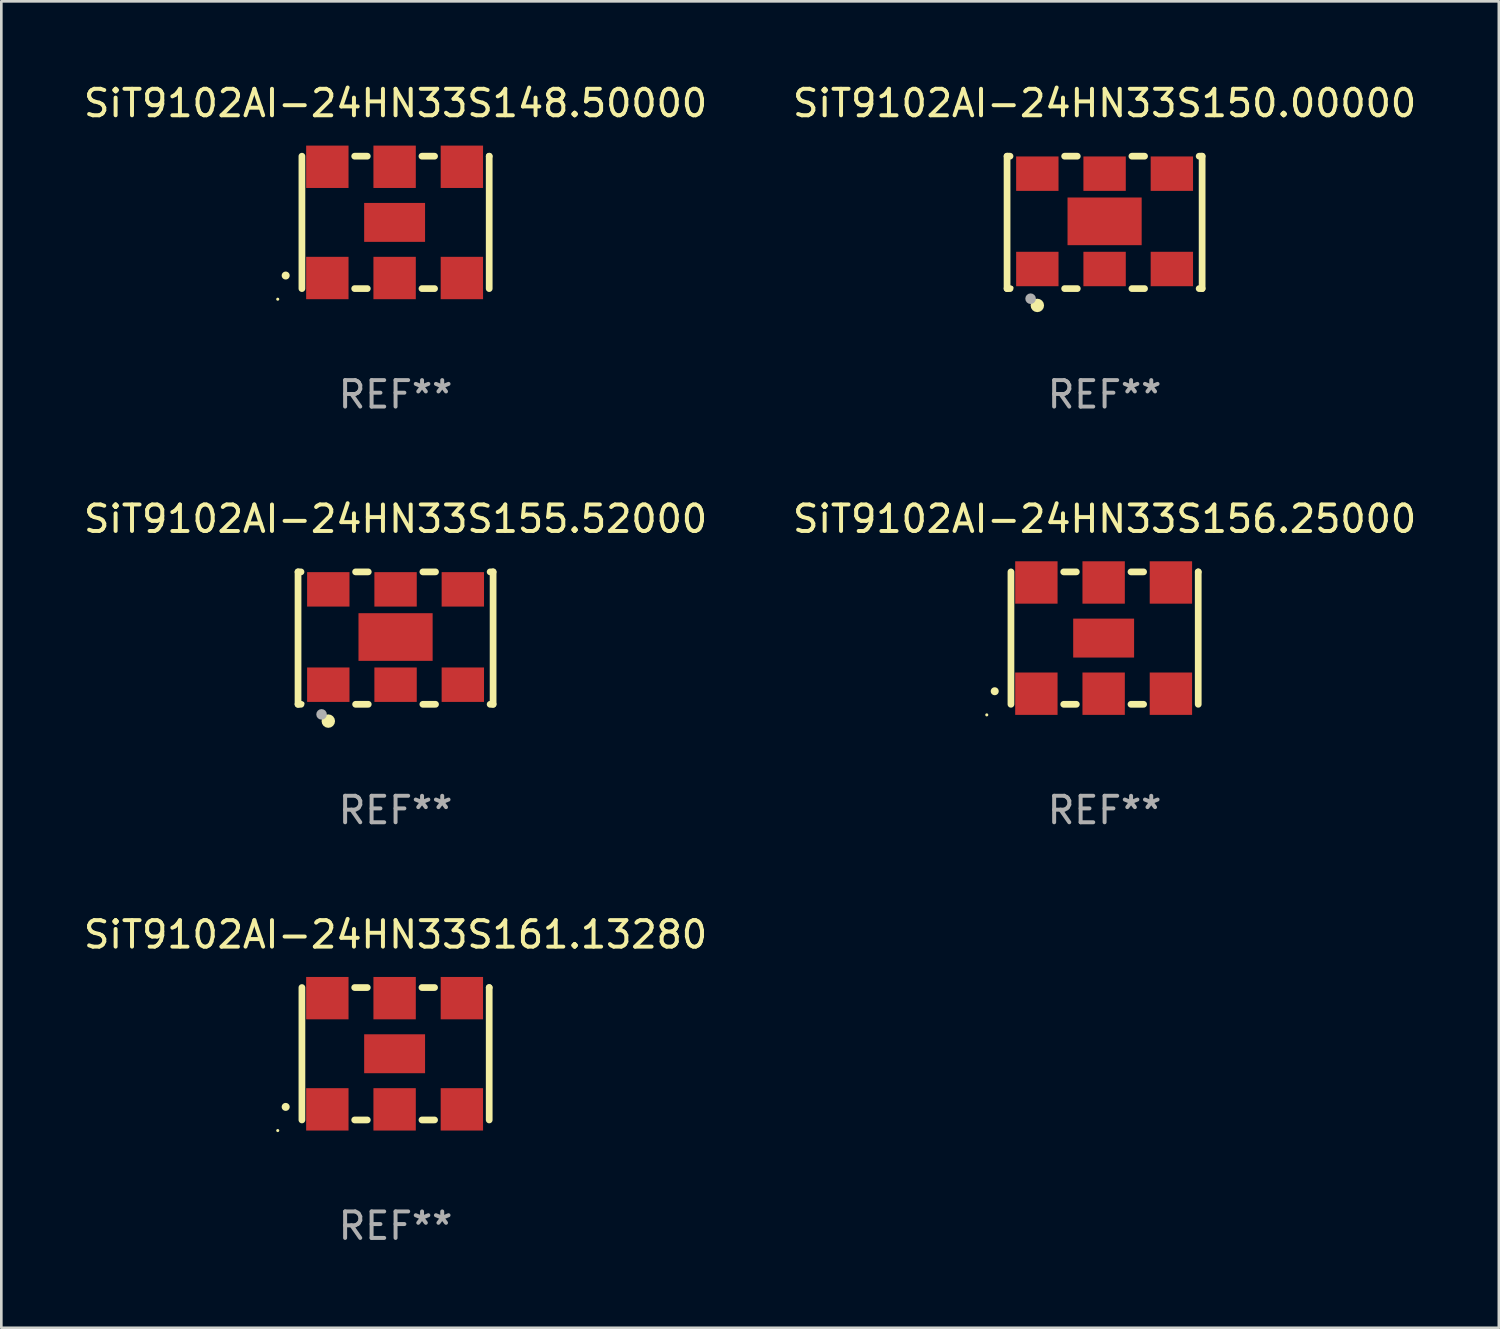
<source format=kicad_pcb>
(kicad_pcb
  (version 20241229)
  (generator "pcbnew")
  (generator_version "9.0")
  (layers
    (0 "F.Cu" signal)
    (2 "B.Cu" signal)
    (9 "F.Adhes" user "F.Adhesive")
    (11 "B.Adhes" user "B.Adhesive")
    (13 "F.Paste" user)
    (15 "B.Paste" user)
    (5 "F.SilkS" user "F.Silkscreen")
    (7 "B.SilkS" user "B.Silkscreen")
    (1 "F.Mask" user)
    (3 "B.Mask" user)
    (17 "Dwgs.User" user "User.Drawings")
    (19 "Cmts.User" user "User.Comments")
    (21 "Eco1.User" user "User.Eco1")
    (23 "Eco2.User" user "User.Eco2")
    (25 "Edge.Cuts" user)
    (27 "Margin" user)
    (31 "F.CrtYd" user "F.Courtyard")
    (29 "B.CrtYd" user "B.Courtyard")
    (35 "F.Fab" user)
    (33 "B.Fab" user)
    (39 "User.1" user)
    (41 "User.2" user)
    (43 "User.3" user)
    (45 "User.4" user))
  (footprint "SiT9102AI-24HN33S150.00000"
    (layer "F.Cu")
    (at 38.661 5.348)
    (property "Reference" "SiT9102AI-24HN33S150.00000" (at 0 -4.5 0) (layer "F.SilkS") (effects (font (size 1 1) (thickness 0.15))))
    (attr through_hole)
    (fp_line (start -3.683 -2.5) (end -3.571 -2.5) (stroke (width 0.254) (type solid)) (layer "F.SilkS"))
    (fp_line (start -3.683 2.5) (end -3.683 -2.5) (stroke (width 0.254) (type solid)) (layer "F.SilkS"))
    (fp_line (start -3.683 2.5) (end -3.571 2.5) (stroke (width 0.254) (type solid)) (layer "F.SilkS"))
    (fp_line (start -1.509 -2.5) (end -1.031 -2.5) (stroke (width 0.254) (type solid)) (layer "F.SilkS"))
    (fp_line (start -1.509 2.5) (end -1.031 2.5) (stroke (width 0.254) (type solid)) (layer "F.SilkS"))
    (fp_line (start 1.031 -2.5) (end 1.509 -2.5) (stroke (width 0.254) (type solid)) (layer "F.SilkS"))
    (fp_line (start 1.031 2.5) (end 1.509 2.5) (stroke (width 0.254) (type solid)) (layer "F.SilkS"))
    (fp_line (start 3.571 -2.5) (end 3.683 -2.5) (stroke (width 0.254) (type solid)) (layer "F.SilkS"))
    (fp_line (start 3.571 2.5) (end 3.683 2.5) (stroke (width 0.254) (type solid)) (layer "F.SilkS"))
    (fp_line (start 3.683 2.5) (end 3.683 -2.5) (stroke (width 0.254) (type solid)) (layer "F.SilkS"))
    (fp_circle (center -3.5 2.46) (end -3.47 2.46) (stroke (width 0.06) (type solid)) (fill no) (layer "F.SilkS"))
    (fp_circle (center -2.54 3.135) (end -2.413 3.135) (stroke (width 0.254) (type solid)) (fill no) (layer "F.SilkS"))
    (fp_circle (center -2.794 2.881) (end -2.694 2.881) (stroke (width 0.2) (type solid)) (fill no) (layer "F.Fab"))
    (fp_text user "REF**" (at 0 6.5 0) (layer "F.Fab") (effects (font (size 1 1) (thickness 0.15))))
    (pad "1" smd rect (at -2.54 1.76) (size 1.6 1.3) (layers "F.Cu" "F.Mask" "F.Paste"))
    (pad "2" smd rect (at 0 1.76) (size 1.6 1.3) (layers "F.Cu" "F.Mask" "F.Paste"))
    (pad "3" smd rect (at 2.54 1.76) (size 1.6 1.3) (layers "F.Cu" "F.Mask" "F.Paste"))
    (pad "4" smd rect (at 2.54 -1.84) (size 1.6 1.3) (layers "F.Cu" "F.Mask" "F.Paste"))
    (pad "5" smd rect (at 0 -1.84) (size 1.6 1.3) (layers "F.Cu" "F.Mask" "F.Paste"))
    (pad "6" smd rect (at -2.54 -1.84) (size 1.6 1.3) (layers "F.Cu" "F.Mask" "F.Paste"))
    (pad "7" smd rect (at 0 -0.04) (size 2.8 1.8) (layers "F.Cu" "F.Mask" "F.Paste")))
  (footprint "SiT9102AI-24HN33S161.13280"
    (layer "F.Cu")
    (at 11.887 36.741)
    (property "Reference" "SiT9102AI-24HN33S161.13280" (at 0 -4.5 0) (layer "F.SilkS") (effects (font (size 1 1) (thickness 0.15))))
    (attr through_hole)
    (fp_line (start -3.536 -2.5) (end -3.536 2.5) (stroke (width 0.254) (type solid)) (layer "F.SilkS"))
    (fp_line (start -1.544 2.5) (end -1.067 2.5) (stroke (width 0.254) (type solid)) (layer "F.SilkS"))
    (fp_line (start -1.067 -2.5) (end -1.544 -2.5) (stroke (width 0.254) (type solid)) (layer "F.SilkS"))
    (fp_line (start 0.996 2.5) (end 1.473 2.5) (stroke (width 0.254) (type solid)) (layer "F.SilkS"))
    (fp_line (start 1.473 -2.5) (end 0.996 -2.5) (stroke (width 0.254) (type solid)) (layer "F.SilkS"))
    (fp_line (start 3.536 -2.5) (end 3.536 -2.5) (stroke (width 0.254) (type solid)) (layer "F.SilkS"))
    (fp_line (start 3.536 2.5) (end 3.536 -2.5) (stroke (width 0.254) (type solid)) (layer "F.SilkS"))
    (fp_arc (start -4.150432 2.006604) (mid -4.149162 2.006599) (end -4.147892 2.006604) (stroke (width 0.3) (type solid)) (layer "F.SilkS"))
    (fp_circle (center -4.449 2.9) (end -4.419 2.9) (stroke (width 0.06) (type solid)) (fill no) (layer "F.SilkS"))
    (fp_text user "REF**" (at 0 6.5 0) (layer "F.Fab") (effects (font (size 1 1) (thickness 0.15))))
    (pad "1" smd rect (at -2.576 2.1) (size 1.6 1.6) (layers "F.Cu" "F.Mask" "F.Paste"))
    (pad "2" smd rect (at -0.036 2.1) (size 1.6 1.6) (layers "F.Cu" "F.Mask" "F.Paste"))
    (pad "3" smd rect (at 2.504 2.1) (size 1.6 1.6) (layers "F.Cu" "F.Mask" "F.Paste"))
    (pad "4" smd rect (at 2.504 -2.1) (size 1.6 1.6) (layers "F.Cu" "F.Mask" "F.Paste"))
    (pad "5" smd rect (at -0.036 -2.1) (size 1.6 1.6) (layers "F.Cu" "F.Mask" "F.Paste"))
    (pad "6" smd rect (at -2.576 -2.1) (size 1.6 1.6) (layers "F.Cu" "F.Mask" "F.Paste"))
    (pad "7" smd rect (at -0.036 0) (size 2.3 1.47) (layers "F.Cu" "F.Mask" "F.Paste")))
  (footprint "SiT9102AI-24HN33S156.25000"
    (layer "F.Cu")
    (at 38.661 21.045)
    (property "Reference" "SiT9102AI-24HN33S156.25000" (at 0 -4.5 0) (layer "F.SilkS") (effects (font (size 1 1) (thickness 0.15))))
    (attr through_hole)
    (fp_line (start -3.536 -2.5) (end -3.536 2.5) (stroke (width 0.254) (type solid)) (layer "F.SilkS"))
    (fp_line (start -1.544 2.5) (end -1.067 2.5) (stroke (width 0.254) (type solid)) (layer "F.SilkS"))
    (fp_line (start -1.067 -2.5) (end -1.544 -2.5) (stroke (width 0.254) (type solid)) (layer "F.SilkS"))
    (fp_line (start 0.996 2.5) (end 1.473 2.5) (stroke (width 0.254) (type solid)) (layer "F.SilkS"))
    (fp_line (start 1.473 -2.5) (end 0.996 -2.5) (stroke (width 0.254) (type solid)) (layer "F.SilkS"))
    (fp_line (start 3.536 -2.5) (end 3.536 -2.5) (stroke (width 0.254) (type solid)) (layer "F.SilkS"))
    (fp_line (start 3.536 2.5) (end 3.536 -2.5) (stroke (width 0.254) (type solid)) (layer "F.SilkS"))
    (fp_arc (start -4.150432 2.006604) (mid -4.149162 2.006599) (end -4.147892 2.006604) (stroke (width 0.3) (type solid)) (layer "F.SilkS"))
    (fp_circle (center -4.449 2.9) (end -4.419 2.9) (stroke (width 0.06) (type solid)) (fill no) (layer "F.SilkS"))
    (fp_text user "REF**" (at 0 6.5 0) (layer "F.Fab") (effects (font (size 1 1) (thickness 0.15))))
    (pad "1" smd rect (at -2.576 2.1) (size 1.6 1.6) (layers "F.Cu" "F.Mask" "F.Paste"))
    (pad "2" smd rect (at -0.036 2.1) (size 1.6 1.6) (layers "F.Cu" "F.Mask" "F.Paste"))
    (pad "3" smd rect (at 2.504 2.1) (size 1.6 1.6) (layers "F.Cu" "F.Mask" "F.Paste"))
    (pad "4" smd rect (at 2.504 -2.1) (size 1.6 1.6) (layers "F.Cu" "F.Mask" "F.Paste"))
    (pad "5" smd rect (at -0.036 -2.1) (size 1.6 1.6) (layers "F.Cu" "F.Mask" "F.Paste"))
    (pad "6" smd rect (at -2.576 -2.1) (size 1.6 1.6) (layers "F.Cu" "F.Mask" "F.Paste"))
    (pad "7" smd rect (at -0.036 0) (size 2.3 1.47) (layers "F.Cu" "F.Mask" "F.Paste")))
  (footprint "SiT9102AI-24HN33S148.50000"
    (layer "F.Cu")
    (at 11.887 5.348)
    (property "Reference" "SiT9102AI-24HN33S148.50000" (at 0 -4.5 0) (layer "F.SilkS") (effects (font (size 1 1) (thickness 0.15))))
    (attr through_hole)
    (fp_line (start -3.536 -2.5) (end -3.536 2.5) (stroke (width 0.254) (type solid)) (layer "F.SilkS"))
    (fp_line (start -1.544 2.5) (end -1.067 2.5) (stroke (width 0.254) (type solid)) (layer "F.SilkS"))
    (fp_line (start -1.067 -2.5) (end -1.544 -2.5) (stroke (width 0.254) (type solid)) (layer "F.SilkS"))
    (fp_line (start 0.996 2.5) (end 1.473 2.5) (stroke (width 0.254) (type solid)) (layer "F.SilkS"))
    (fp_line (start 1.473 -2.5) (end 0.996 -2.5) (stroke (width 0.254) (type solid)) (layer "F.SilkS"))
    (fp_line (start 3.536 -2.5) (end 3.536 -2.5) (stroke (width 0.254) (type solid)) (layer "F.SilkS"))
    (fp_line (start 3.536 2.5) (end 3.536 -2.5) (stroke (width 0.254) (type solid)) (layer "F.SilkS"))
    (fp_arc (start -4.150432 2.006604) (mid -4.149162 2.006599) (end -4.147892 2.006604) (stroke (width 0.3) (type solid)) (layer "F.SilkS"))
    (fp_circle (center -4.449 2.9) (end -4.419 2.9) (stroke (width 0.06) (type solid)) (fill no) (layer "F.SilkS"))
    (fp_text user "REF**" (at 0 6.5 0) (layer "F.Fab") (effects (font (size 1 1) (thickness 0.15))))
    (pad "1" smd rect (at -2.576 2.1) (size 1.6 1.6) (layers "F.Cu" "F.Mask" "F.Paste"))
    (pad "2" smd rect (at -0.036 2.1) (size 1.6 1.6) (layers "F.Cu" "F.Mask" "F.Paste"))
    (pad "3" smd rect (at 2.504 2.1) (size 1.6 1.6) (layers "F.Cu" "F.Mask" "F.Paste"))
    (pad "4" smd rect (at 2.504 -2.1) (size 1.6 1.6) (layers "F.Cu" "F.Mask" "F.Paste"))
    (pad "5" smd rect (at -0.036 -2.1) (size 1.6 1.6) (layers "F.Cu" "F.Mask" "F.Paste"))
    (pad "6" smd rect (at -2.576 -2.1) (size 1.6 1.6) (layers "F.Cu" "F.Mask" "F.Paste"))
    (pad "7" smd rect (at -0.036 0) (size 2.3 1.47) (layers "F.Cu" "F.Mask" "F.Paste")))
  (footprint "SiT9102AI-24HN33S155.52000"
    (layer "F.Cu")
    (at 11.887 21.045)
    (property "Reference" "SiT9102AI-24HN33S155.52000" (at 0 -4.5 0) (layer "F.SilkS") (effects (font (size 1 1) (thickness 0.15))))
    (attr through_hole)
    (fp_line (start -3.683 -2.5) (end -3.571 -2.5) (stroke (width 0.254) (type solid)) (layer "F.SilkS"))
    (fp_line (start -3.683 2.5) (end -3.683 -2.5) (stroke (width 0.254) (type solid)) (layer "F.SilkS"))
    (fp_line (start -3.683 2.5) (end -3.571 2.5) (stroke (width 0.254) (type solid)) (layer "F.SilkS"))
    (fp_line (start -1.509 -2.5) (end -1.031 -2.5) (stroke (width 0.254) (type solid)) (layer "F.SilkS"))
    (fp_line (start -1.509 2.5) (end -1.031 2.5) (stroke (width 0.254) (type solid)) (layer "F.SilkS"))
    (fp_line (start 1.031 -2.5) (end 1.509 -2.5) (stroke (width 0.254) (type solid)) (layer "F.SilkS"))
    (fp_line (start 1.031 2.5) (end 1.509 2.5) (stroke (width 0.254) (type solid)) (layer "F.SilkS"))
    (fp_line (start 3.571 -2.5) (end 3.683 -2.5) (stroke (width 0.254) (type solid)) (layer "F.SilkS"))
    (fp_line (start 3.571 2.5) (end 3.683 2.5) (stroke (width 0.254) (type solid)) (layer "F.SilkS"))
    (fp_line (start 3.683 2.5) (end 3.683 -2.5) (stroke (width 0.254) (type solid)) (layer "F.SilkS"))
    (fp_circle (center -3.5 2.46) (end -3.47 2.46) (stroke (width 0.06) (type solid)) (fill no) (layer "F.SilkS"))
    (fp_circle (center -2.54 3.135) (end -2.413 3.135) (stroke (width 0.254) (type solid)) (fill no) (layer "F.SilkS"))
    (fp_circle (center -2.794 2.881) (end -2.694 2.881) (stroke (width 0.2) (type solid)) (fill no) (layer "F.Fab"))
    (fp_text user "REF**" (at 0 6.5 0) (layer "F.Fab") (effects (font (size 1 1) (thickness 0.15))))
    (pad "1" smd rect (at -2.54 1.76) (size 1.6 1.3) (layers "F.Cu" "F.Mask" "F.Paste"))
    (pad "2" smd rect (at 0 1.76) (size 1.6 1.3) (layers "F.Cu" "F.Mask" "F.Paste"))
    (pad "3" smd rect (at 2.54 1.76) (size 1.6 1.3) (layers "F.Cu" "F.Mask" "F.Paste"))
    (pad "4" smd rect (at 2.54 -1.84) (size 1.6 1.3) (layers "F.Cu" "F.Mask" "F.Paste"))
    (pad "5" smd rect (at 0 -1.84) (size 1.6 1.3) (layers "F.Cu" "F.Mask" "F.Paste"))
    (pad "6" smd rect (at -2.54 -1.84) (size 1.6 1.3) (layers "F.Cu" "F.Mask" "F.Paste"))
    (pad "7" smd rect (at 0 -0.04) (size 2.8 1.8) (layers "F.Cu" "F.Mask" "F.Paste")))
  (gr_rect
    (start -3 -3)
    (end 53.548 47.09)
    (stroke (width 0.1) (type default))
    (fill no)
    (layer "Edge.Cuts")))
</source>
